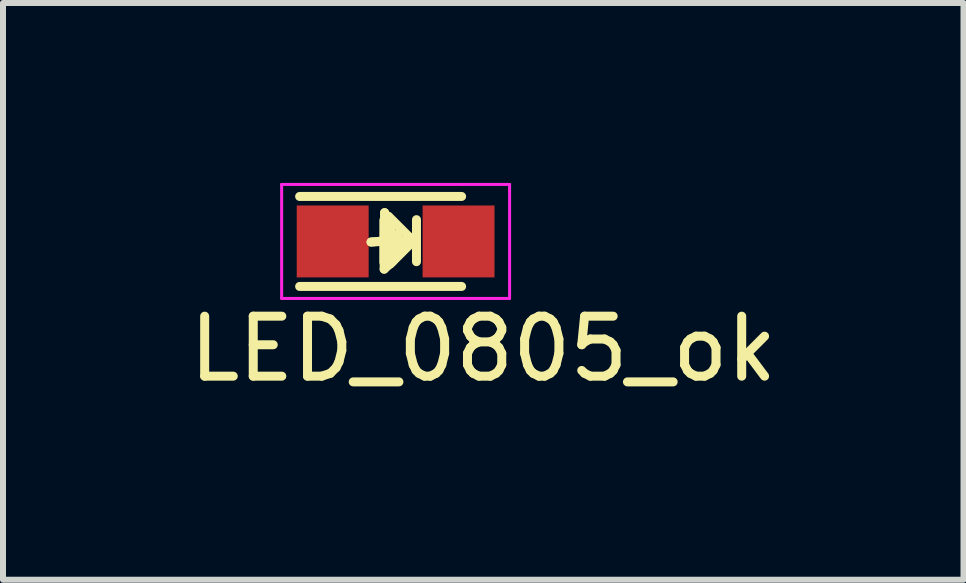
<source format=kicad_pcb>
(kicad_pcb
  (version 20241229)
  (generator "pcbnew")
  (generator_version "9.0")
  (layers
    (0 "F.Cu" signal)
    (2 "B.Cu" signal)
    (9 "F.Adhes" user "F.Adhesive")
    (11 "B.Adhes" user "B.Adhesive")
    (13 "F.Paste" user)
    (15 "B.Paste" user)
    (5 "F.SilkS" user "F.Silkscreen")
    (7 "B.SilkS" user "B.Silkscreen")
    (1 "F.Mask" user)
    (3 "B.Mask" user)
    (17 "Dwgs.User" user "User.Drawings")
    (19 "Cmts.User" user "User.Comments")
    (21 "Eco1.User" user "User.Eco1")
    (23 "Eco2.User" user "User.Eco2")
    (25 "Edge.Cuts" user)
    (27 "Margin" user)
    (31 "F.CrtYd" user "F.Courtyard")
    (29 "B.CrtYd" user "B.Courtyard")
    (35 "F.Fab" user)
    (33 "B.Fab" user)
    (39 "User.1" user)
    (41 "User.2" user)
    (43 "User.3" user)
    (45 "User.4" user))
  (footprint "LED_0805_ok"
    (layer "F.Cu")
    (at 3.545 0.975)
    (property "Reference" "LED_0805_ok" (at 1.46 1.791 0) (layer "F.SilkS") (effects (font (size 1 1) (thickness 0.15))))
    (attr smd)
    (fp_line (start -1.6 -0.75) (end 1.1 -0.75) (stroke (width 0.15) (type solid)) (layer "F.SilkS"))
    (fp_line (start -1.6 0.75) (end 1.1 0.75) (stroke (width 0.15) (type solid)) (layer "F.SilkS"))
    (fp_line (start -0.409 0.01) (end -0.208 -0.008) (stroke (width 0.15) (type solid)) (layer "F.SilkS"))
    (fp_line (start -0.196 -0.353) (end -0.196 0.347) (stroke (width 0.15) (type solid)) (layer "F.SilkS"))
    (fp_line (start -0.191 0.462) (end -0.041 0.325) (stroke (width 0.15) (type solid)) (layer "F.SilkS"))
    (fp_line (start -0.183 -0.48) (end -0.191 0.462) (stroke (width 0.15) (type solid)) (layer "F.SilkS"))
    (fp_line (start -0.099 -0.003) (end 0.251 -0.003) (stroke (width 0.15) (type solid)) (layer "F.SilkS"))
    (fp_line (start -0.088 0.376) (end 0.262 0.026) (stroke (width 0.15) (type solid)) (layer "F.SilkS"))
    (fp_line (start -0.079 -0.297) (end -0.069 0.264) (stroke (width 0.15) (type solid)) (layer "F.SilkS"))
    (fp_line (start -0.069 0.264) (end -0.183 -0.48) (stroke (width 0.15) (type solid)) (layer "F.SilkS"))
    (fp_line (start -0.064 -0.01) (end -0.409 0.01) (stroke (width 0.15) (type solid)) (layer "F.SilkS"))
    (fp_line (start -0.034 0.294) (end -0.184 0.444) (stroke (width 0.15) (type solid)) (layer "F.SilkS"))
    (fp_line (start 0.042 0.12) (end 0.042 -0.13) (stroke (width 0.15) (type solid)) (layer "F.SilkS"))
    (fp_line (start 0.229 -0.072) (end -0.121 -0.422) (stroke (width 0.15) (type solid)) (layer "F.SilkS"))
    (fp_line (start 0.348 -0.363) (end 0.348 0.337) (stroke (width 0.15) (type solid)) (layer "F.SilkS"))
    (fp_line (start -1.9 -0.95) (end 1.9 -0.95) (stroke (width 0.05) (type solid)) (layer "F.CrtYd"))
    (fp_line (start -1.9 0.95) (end -1.9 -0.95) (stroke (width 0.05) (type solid)) (layer "F.CrtYd"))
    (fp_line (start 1.9 -0.95) (end 1.9 0.95) (stroke (width 0.05) (type solid)) (layer "F.CrtYd"))
    (fp_line (start 1.9 0.95) (end -1.9 0.95) (stroke (width 0.05) (type solid)) (layer "F.CrtYd"))
    (pad "1" smd rect (at -1.049 0 180) (size 1.199 1.199) (layers "F.Cu" "F.Mask" "F.Paste"))
    (pad "2" smd rect (at 1.049 0 180) (size 1.199 1.199) (layers "F.Cu" "F.Mask" "F.Paste")))
  (gr_rect
    (start -3 -3)
    (end 13.012 6.614)
    (stroke (width 0.1) (type default))
    (fill no)
    (layer "Edge.Cuts")))
</source>
